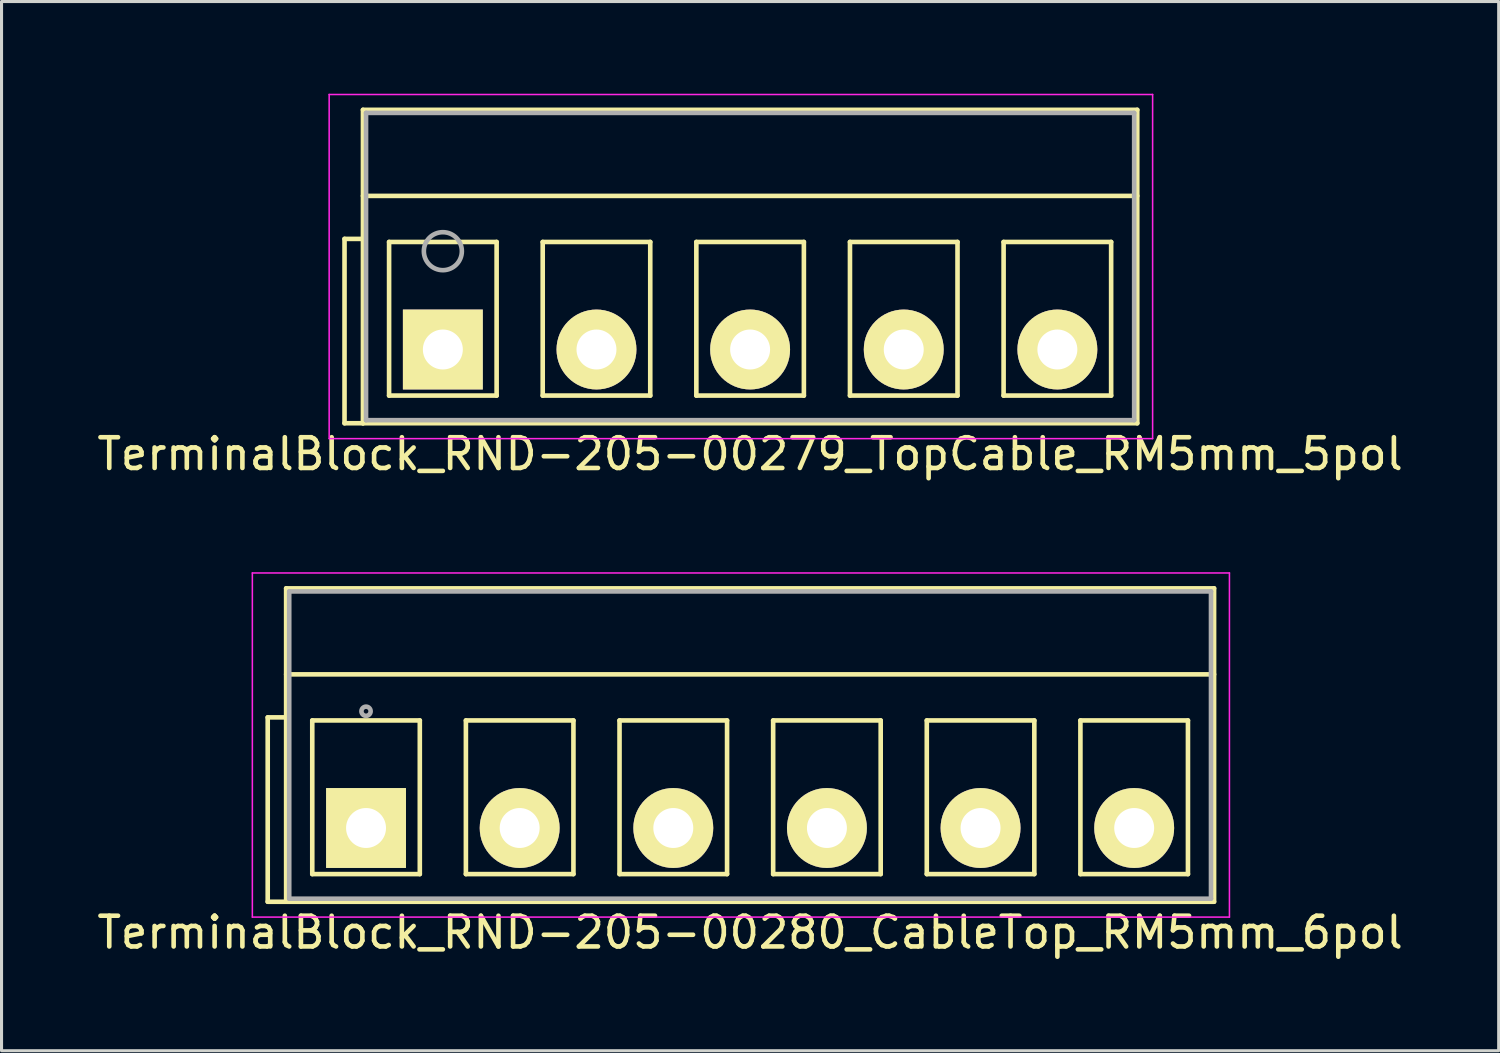
<source format=kicad_pcb>
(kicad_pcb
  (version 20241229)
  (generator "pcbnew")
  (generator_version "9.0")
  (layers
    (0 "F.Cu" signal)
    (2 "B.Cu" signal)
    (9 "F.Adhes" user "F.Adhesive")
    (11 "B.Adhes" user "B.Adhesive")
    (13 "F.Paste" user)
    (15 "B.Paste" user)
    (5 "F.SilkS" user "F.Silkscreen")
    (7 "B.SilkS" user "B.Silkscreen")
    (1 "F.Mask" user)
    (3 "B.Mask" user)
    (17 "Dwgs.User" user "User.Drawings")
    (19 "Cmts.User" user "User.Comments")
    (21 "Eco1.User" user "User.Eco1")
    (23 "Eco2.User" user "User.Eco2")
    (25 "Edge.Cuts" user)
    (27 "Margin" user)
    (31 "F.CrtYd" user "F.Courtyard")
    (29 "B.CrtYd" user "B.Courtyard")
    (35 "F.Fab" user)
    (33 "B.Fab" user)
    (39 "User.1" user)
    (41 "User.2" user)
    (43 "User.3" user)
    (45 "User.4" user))
  (footprint "TerminalBlock_RND-205-00279_TopCable_RM5mm_5pol"
    (layer "F.Cu")
    (at 11.363 8.325)
    (property "Reference" "TerminalBlock_RND-205-00279_TopCable_RM5mm_5pol" (at 10 3.4 0) (layer "F.SilkS") (effects (font (size 1 1) (thickness 0.15))))
    (attr through_hole)
    (fp_line (start -3.2 -3.6) (end -2.6 -3.6) (stroke (width 0.15) (type solid)) (layer "F.SilkS"))
    (fp_line (start -3.2 2.4) (end -3.2 -3.6) (stroke (width 0.15) (type solid)) (layer "F.SilkS"))
    (fp_line (start -2.6 -7.8) (end 22.6 -7.8) (stroke (width 0.15) (type solid)) (layer "F.SilkS"))
    (fp_line (start -2.6 -5) (end 22.6 -5) (stroke (width 0.15) (type solid)) (layer "F.SilkS"))
    (fp_line (start -2.6 2.4) (end -3.2 2.4) (stroke (width 0.15) (type solid)) (layer "F.SilkS"))
    (fp_line (start -2.6 2.4) (end -2.6 -7.8) (stroke (width 0.15) (type solid)) (layer "F.SilkS"))
    (fp_line (start -1.75 -3.5) (end -1.75 1.5) (stroke (width 0.15) (type solid)) (layer "F.SilkS"))
    (fp_line (start -1.75 1.5) (end 1.75 1.5) (stroke (width 0.15) (type solid)) (layer "F.SilkS"))
    (fp_line (start 1.75 -3.5) (end -1.75 -3.5) (stroke (width 0.15) (type solid)) (layer "F.SilkS"))
    (fp_line (start 1.75 1.5) (end 1.75 -3.5) (stroke (width 0.15) (type solid)) (layer "F.SilkS"))
    (fp_line (start 3.25 -3.5) (end 3.25 1.5) (stroke (width 0.15) (type solid)) (layer "F.SilkS"))
    (fp_line (start 3.25 1.5) (end 6.75 1.5) (stroke (width 0.15) (type solid)) (layer "F.SilkS"))
    (fp_line (start 6.75 -3.5) (end 3.25 -3.5) (stroke (width 0.15) (type solid)) (layer "F.SilkS"))
    (fp_line (start 6.75 1.5) (end 6.75 -3.5) (stroke (width 0.15) (type solid)) (layer "F.SilkS"))
    (fp_line (start 8.25 -3.5) (end 8.25 1.5) (stroke (width 0.15) (type solid)) (layer "F.SilkS"))
    (fp_line (start 8.25 1.5) (end 11.75 1.5) (stroke (width 0.15) (type solid)) (layer "F.SilkS"))
    (fp_line (start 11.75 -3.5) (end 8.25 -3.5) (stroke (width 0.15) (type solid)) (layer "F.SilkS"))
    (fp_line (start 11.75 1.5) (end 11.75 -3.5) (stroke (width 0.15) (type solid)) (layer "F.SilkS"))
    (fp_line (start 13.25 -3.5) (end 13.25 1.5) (stroke (width 0.15) (type solid)) (layer "F.SilkS"))
    (fp_line (start 13.25 1.5) (end 16.75 1.5) (stroke (width 0.15) (type solid)) (layer "F.SilkS"))
    (fp_line (start 16.75 -3.5) (end 13.25 -3.5) (stroke (width 0.15) (type solid)) (layer "F.SilkS"))
    (fp_line (start 16.75 1.5) (end 16.75 -3.5) (stroke (width 0.15) (type solid)) (layer "F.SilkS"))
    (fp_line (start 18.25 -3.5) (end 18.25 1.5) (stroke (width 0.15) (type solid)) (layer "F.SilkS"))
    (fp_line (start 18.25 1.5) (end 21.75 1.5) (stroke (width 0.15) (type solid)) (layer "F.SilkS"))
    (fp_line (start 21.75 -3.5) (end 18.25 -3.5) (stroke (width 0.15) (type solid)) (layer "F.SilkS"))
    (fp_line (start 21.75 1.5) (end 21.75 -3.5) (stroke (width 0.15) (type solid)) (layer "F.SilkS"))
    (fp_line (start 22.6 -7.8) (end 22.6 2.4) (stroke (width 0.15) (type solid)) (layer "F.SilkS"))
    (fp_line (start 22.6 2.4) (end -2.6 2.4) (stroke (width 0.15) (type solid)) (layer "F.SilkS"))
    (fp_line (start -3.7 -8.3) (end 23.1 -8.3) (stroke (width 0.05) (type solid)) (layer "F.CrtYd"))
    (fp_line (start -3.7 2.9) (end -3.7 -8.3) (stroke (width 0.05) (type solid)) (layer "F.CrtYd"))
    (fp_line (start 23.1 -8.3) (end 23.1 2.9) (stroke (width 0.05) (type solid)) (layer "F.CrtYd"))
    (fp_line (start 23.1 2.9) (end -3.7 2.9) (stroke (width 0.05) (type solid)) (layer "F.CrtYd"))
    (fp_line (start -2.5 -7.7) (end 22.5 -7.7) (stroke (width 0.15) (type solid)) (layer "F.Fab"))
    (fp_line (start -2.5 2.3) (end -2.5 -7.7) (stroke (width 0.15) (type solid)) (layer "F.Fab"))
    (fp_line (start 22.5 -7.7) (end 22.5 2.3) (stroke (width 0.15) (type solid)) (layer "F.Fab"))
    (fp_line (start 22.5 2.3) (end -2.5 2.3) (stroke (width 0.15) (type solid)) (layer "F.Fab"))
    (fp_circle (center 0 -3.2) (end -0.15 -3.8) (stroke (width 0.15) (type solid)) (fill no) (layer "F.Fab"))
    (pad "1" thru_hole rect (at 0 0) (size 2.6 2.6) (drill 1.3) (layers "*.Cu" "*.Mask" "F.SilkS"))
    (pad "2" thru_hole circle (at 5 0) (size 2.6 2.6) (drill 1.3) (layers "*.Cu" "*.Mask" "F.SilkS"))
    (pad "3" thru_hole circle (at 10 0) (size 2.6 2.6) (drill 1.3) (layers "*.Cu" "*.Mask" "F.SilkS"))
    (pad "4" thru_hole circle (at 15 0) (size 2.6 2.6) (drill 1.3) (layers "*.Cu" "*.Mask" "F.SilkS"))
    (pad "5" thru_hole circle (at 20 0) (size 2.6 2.6) (drill 1.3) (layers "*.Cu" "*.Mask" "F.SilkS")))
  (footprint "TerminalBlock_RND-205-00280_CableTop_RM5mm_6pol"
    (layer "F.Cu")
    (at 8.863 23.898)
    (property "Reference" "TerminalBlock_RND-205-00280_CableTop_RM5mm_6pol" (at 12.5 3.4 0) (layer "F.SilkS") (effects (font (size 1 1) (thickness 0.15))))
    (attr through_hole)
    (fp_line (start -3.2 -3.6) (end -2.6 -3.6) (stroke (width 0.15) (type solid)) (layer "F.SilkS"))
    (fp_line (start -3.2 2.4) (end -3.2 -3.6) (stroke (width 0.15) (type solid)) (layer "F.SilkS"))
    (fp_line (start -2.6 -7.8) (end 27.6 -7.8) (stroke (width 0.15) (type solid)) (layer "F.SilkS"))
    (fp_line (start -2.6 -5) (end 27.6 -5) (stroke (width 0.15) (type solid)) (layer "F.SilkS"))
    (fp_line (start -2.6 2.4) (end -3.2 2.4) (stroke (width 0.15) (type solid)) (layer "F.SilkS"))
    (fp_line (start -2.6 2.4) (end -2.6 -7.8) (stroke (width 0.15) (type solid)) (layer "F.SilkS"))
    (fp_line (start -1.75 -3.5) (end -1.75 1.5) (stroke (width 0.15) (type solid)) (layer "F.SilkS"))
    (fp_line (start -1.75 1.5) (end 1.75 1.5) (stroke (width 0.15) (type solid)) (layer "F.SilkS"))
    (fp_line (start 1.75 -3.5) (end -1.75 -3.5) (stroke (width 0.15) (type solid)) (layer "F.SilkS"))
    (fp_line (start 1.75 1.5) (end 1.75 -3.5) (stroke (width 0.15) (type solid)) (layer "F.SilkS"))
    (fp_line (start 3.25 -3.5) (end 3.25 1.5) (stroke (width 0.15) (type solid)) (layer "F.SilkS"))
    (fp_line (start 3.25 1.5) (end 6.75 1.5) (stroke (width 0.15) (type solid)) (layer "F.SilkS"))
    (fp_line (start 6.75 -3.5) (end 3.25 -3.5) (stroke (width 0.15) (type solid)) (layer "F.SilkS"))
    (fp_line (start 6.75 1.5) (end 6.75 -3.5) (stroke (width 0.15) (type solid)) (layer "F.SilkS"))
    (fp_line (start 8.25 -3.5) (end 8.25 1.5) (stroke (width 0.15) (type solid)) (layer "F.SilkS"))
    (fp_line (start 8.25 1.5) (end 11.75 1.5) (stroke (width 0.15) (type solid)) (layer "F.SilkS"))
    (fp_line (start 11.75 -3.5) (end 8.25 -3.5) (stroke (width 0.15) (type solid)) (layer "F.SilkS"))
    (fp_line (start 11.75 1.5) (end 11.75 -3.5) (stroke (width 0.15) (type solid)) (layer "F.SilkS"))
    (fp_line (start 13.25 -3.5) (end 13.25 1.5) (stroke (width 0.15) (type solid)) (layer "F.SilkS"))
    (fp_line (start 13.25 1.5) (end 16.75 1.5) (stroke (width 0.15) (type solid)) (layer "F.SilkS"))
    (fp_line (start 16.75 -3.5) (end 13.25 -3.5) (stroke (width 0.15) (type solid)) (layer "F.SilkS"))
    (fp_line (start 16.75 1.5) (end 16.75 -3.5) (stroke (width 0.15) (type solid)) (layer "F.SilkS"))
    (fp_line (start 18.25 -3.5) (end 18.25 1.5) (stroke (width 0.15) (type solid)) (layer "F.SilkS"))
    (fp_line (start 18.25 1.5) (end 21.75 1.5) (stroke (width 0.15) (type solid)) (layer "F.SilkS"))
    (fp_line (start 21.75 -3.5) (end 18.25 -3.5) (stroke (width 0.15) (type solid)) (layer "F.SilkS"))
    (fp_line (start 21.75 1.5) (end 21.75 -3.5) (stroke (width 0.15) (type solid)) (layer "F.SilkS"))
    (fp_line (start 23.25 -3.5) (end 23.25 1.5) (stroke (width 0.15) (type solid)) (layer "F.SilkS"))
    (fp_line (start 23.25 1.5) (end 26.75 1.5) (stroke (width 0.15) (type solid)) (layer "F.SilkS"))
    (fp_line (start 26.75 -3.5) (end 23.25 -3.5) (stroke (width 0.15) (type solid)) (layer "F.SilkS"))
    (fp_line (start 26.75 1.5) (end 26.75 -3.5) (stroke (width 0.15) (type solid)) (layer "F.SilkS"))
    (fp_line (start 27.6 -7.8) (end 27.6 2.4) (stroke (width 0.15) (type solid)) (layer "F.SilkS"))
    (fp_line (start 27.6 2.4) (end -2.6 2.4) (stroke (width 0.15) (type solid)) (layer "F.SilkS"))
    (fp_line (start -3.7 -8.3) (end 28.1 -8.3) (stroke (width 0.05) (type solid)) (layer "F.CrtYd"))
    (fp_line (start -3.7 2.9) (end -3.7 -8.3) (stroke (width 0.05) (type solid)) (layer "F.CrtYd"))
    (fp_line (start 28.1 -8.3) (end 28.1 2.9) (stroke (width 0.05) (type solid)) (layer "F.CrtYd"))
    (fp_line (start 28.1 2.9) (end -3.7 2.9) (stroke (width 0.05) (type solid)) (layer "F.CrtYd"))
    (fp_line (start -2.5 -7.7) (end 27.5 -7.7) (stroke (width 0.15) (type solid)) (layer "F.Fab"))
    (fp_line (start -2.5 2.3) (end -2.5 -7.7) (stroke (width 0.15) (type solid)) (layer "F.Fab"))
    (fp_line (start 27.5 -7.7) (end 27.5 2.3) (stroke (width 0.15) (type solid)) (layer "F.Fab"))
    (fp_line (start 27.5 2.3) (end -2.5 2.3) (stroke (width 0.15) (type solid)) (layer "F.Fab"))
    (fp_circle (center 0 -3.8) (end -0.15 -3.8) (stroke (width 0.15) (type solid)) (fill no) (layer "F.Fab"))
    (pad "1" thru_hole rect (at 0 0) (size 2.6 2.6) (drill 1.3) (layers "*.Cu" "*.Mask" "F.SilkS"))
    (pad "2" thru_hole circle (at 5 0) (size 2.6 2.6) (drill 1.3) (layers "*.Cu" "*.Mask" "F.SilkS"))
    (pad "3" thru_hole circle (at 10 0) (size 2.6 2.6) (drill 1.3) (layers "*.Cu" "*.Mask" "F.SilkS"))
    (pad "4" thru_hole circle (at 15 0) (size 2.6 2.6) (drill 1.3) (layers "*.Cu" "*.Mask" "F.SilkS"))
    (pad "5" thru_hole circle (at 20 0) (size 2.6 2.6) (drill 1.3) (layers "*.Cu" "*.Mask" "F.SilkS"))
    (pad "6" thru_hole circle (at 25 0) (size 2.6 2.6) (drill 1.3) (layers "*.Cu" "*.Mask" "F.SilkS")))
  (gr_rect
    (start -3 -3)
    (end 45.726 31.146)
    (stroke (width 0.1) (type default))
    (fill no)
    (layer "Edge.Cuts")))
</source>
